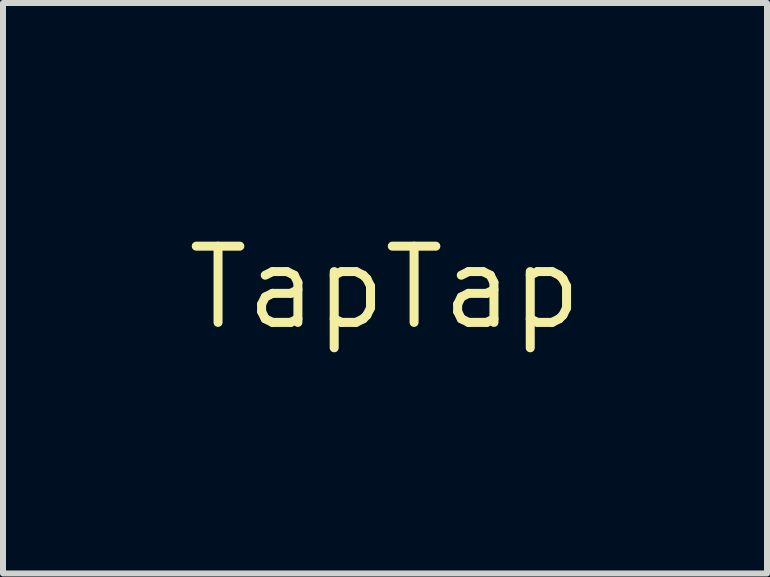
<source format=kicad_pcb>
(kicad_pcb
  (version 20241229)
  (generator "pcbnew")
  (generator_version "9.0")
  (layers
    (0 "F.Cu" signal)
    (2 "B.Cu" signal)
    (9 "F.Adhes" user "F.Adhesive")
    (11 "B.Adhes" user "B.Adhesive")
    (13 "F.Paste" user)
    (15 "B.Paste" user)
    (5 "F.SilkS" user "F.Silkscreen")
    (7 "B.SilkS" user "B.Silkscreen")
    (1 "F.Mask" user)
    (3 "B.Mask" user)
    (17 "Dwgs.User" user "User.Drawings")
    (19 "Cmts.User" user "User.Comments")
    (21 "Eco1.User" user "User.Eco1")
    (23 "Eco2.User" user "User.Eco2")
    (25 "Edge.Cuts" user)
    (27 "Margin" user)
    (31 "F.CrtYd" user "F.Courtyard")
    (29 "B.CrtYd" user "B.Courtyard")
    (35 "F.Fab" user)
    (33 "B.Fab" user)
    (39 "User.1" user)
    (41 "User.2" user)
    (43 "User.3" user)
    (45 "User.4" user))
  (footprint "TapTap"
    (layer "F.Cu")
    (at 3.364 1.741)
    (property "Reference" "TapTap" (at 0 0 0) (layer "F.SilkS") (effects (font (size 1.27 1.27) (thickness 0.15))))
    (attr through_hole)
    (fp_poly (pts (xy -0.587 0.292) (xy -0.543 0.318) (xy -0.471 0.36) (xy -0.382 0.411) (xy -0.284 0.468) (xy -0.27 0.475) (xy -0.021 0.617) (xy -0.023 1.408) (xy -0.319 1.577) (xy -0.421 1.635) (xy -0.51 1.685) (xy -0.58 1.724) (xy -0.625 1.748) (xy -0.636 1.753) (xy -0.642 1.735) (xy -0.646 1.676) (xy -0.65 1.581) (xy -0.653 1.451) (xy -0.655 1.29) (xy -0.656 1.1) (xy -0.656 1.005) (xy -0.656 0.251) (xy -0.587 0.292)) (stroke (width 0.01) (type solid)) (fill yes) (layer "B.Mask"))
    (fp_poly (pts (xy 0.677 1.004) (xy 0.677 1.178) (xy 0.676 1.337) (xy 0.674 1.478) (xy 0.671 1.595) (xy 0.668 1.684) (xy 0.665 1.739) (xy 0.661 1.756) (xy 0.639 1.746) (xy 0.586 1.718) (xy 0.509 1.675) (xy 0.415 1.622) (xy 0.333 1.574) (xy 0.021 1.393) (xy 0.021 1.009) (xy 0.021 0.624) (xy 0.217 0.513) (xy 0.317 0.457) (xy 0.42 0.398) (xy 0.51 0.347) (xy 0.545 0.327) (xy 0.677 0.252) (xy 0.677 1.004)) (stroke (width 0.01) (type solid)) (fill yes) (layer "B.Mask"))
    (fp_poly (pts (xy 2.053 -0.582) (xy 1.377 -0.201) (xy 1.376 0.596) (xy 1.376 1.393) (xy 1.062 1.575) (xy 0.958 1.635) (xy 0.867 1.686) (xy 0.795 1.726) (xy 0.749 1.75) (xy 0.734 1.757) (xy 0.731 1.736) (xy 0.727 1.678) (xy 0.724 1.587) (xy 0.721 1.468) (xy 0.719 1.325) (xy 0.716 1.163) (xy 0.715 0.986) (xy 0.715 0.974) (xy 0.709 0.191) (xy 0.011 0.59) (xy -0.095 0.529) (xy -0.155 0.495) (xy -0.241 0.446) (xy -0.34 0.389) (xy -0.443 0.331) (xy -0.445 0.33) (xy -0.688 0.191) (xy -0.693 0.974) (xy -0.695 1.186) (xy -0.698 1.359) (xy -0.7 1.497) (xy -0.704 1.601) (xy -0.708 1.676) (xy -0.713 1.724) (xy -0.719 1.749) (xy -0.725 1.755) (xy -0.751 1.744) (xy -0.807 1.715) (xy -0.886 1.671) (xy -0.981 1.616) (xy -1.053 1.573) (xy -1.355 1.393) (xy -1.355 0.596) (xy -1.356 -0.201) (xy -1.694 -0.39) (xy -2.032 -0.579) (xy -2.032 -1.337) (xy -1.963 -1.296) (xy -1.916 -1.268) (xy -1.839 -1.223) (xy -1.737 -1.164) (xy -1.615 -1.093) (xy -1.475 -1.013) (xy -1.323 -0.925) (xy -1.162 -0.833) (xy -0.997 -0.738) (xy -0.832 -0.644) (xy -0.671 -0.551) (xy -0.518 -0.464) (xy -0.378 -0.384) (xy -0.254 -0.314) (xy -0.152 -0.256) (xy -0.074 -0.212) (xy -0.026 -0.185) (xy -0.011 -0.177) (xy 0.011 -0.186) (xy 0.066 -0.213) (xy 0.149 -0.257) (xy 0.257 -0.315) (xy 0.385 -0.385) (xy 0.529 -0.464) (xy 0.685 -0.551) (xy 0.85 -0.643) (xy 1.019 -0.738) (xy 1.187 -0.833) (xy 1.352 -0.926) (xy 1.508 -1.016) (xy 1.652 -1.098) (xy 1.78 -1.173) (xy 1.887 -1.236) (xy 1.97 -1.286) (xy 2.006 -1.308) (xy 2.053 -1.338) (xy 2.053 -0.582)) (stroke (width 0.01) (type solid)) (fill yes) (layer "B.Mask"))
    (fp_poly (pts (xy 1.423 -1.726) (xy 1.477 -1.699) (xy 1.551 -1.659) (xy 1.639 -1.611) (xy 1.732 -1.559) (xy 1.824 -1.506) (xy 1.908 -1.457) (xy 1.975 -1.416) (xy 2.018 -1.387) (xy 2.031 -1.376) (xy 2.014 -1.363) (xy 1.963 -1.332) (xy 1.884 -1.285) (xy 1.78 -1.224) (xy 1.656 -1.152) (xy 1.515 -1.07) (xy 1.361 -0.981) (xy 1.199 -0.888) (xy 1.033 -0.792) (xy 0.867 -0.697) (xy 0.705 -0.604) (xy 0.55 -0.516) (xy 0.407 -0.435) (xy 0.281 -0.363) (xy 0.174 -0.303) (xy 0.092 -0.258) (xy 0.037 -0.228) (xy 0.016 -0.218) (xy -0.007 -0.227) (xy -0.063 -0.256) (xy -0.149 -0.302) (xy -0.261 -0.364) (xy -0.396 -0.439) (xy -0.55 -0.527) (xy -0.72 -0.623) (xy -0.903 -0.728) (xy -1.01 -0.789) (xy -1.198 -0.898) (xy -1.374 -1) (xy -1.536 -1.094) (xy -1.679 -1.177) (xy -1.801 -1.249) (xy -1.898 -1.307) (xy -1.967 -1.348) (xy -2.004 -1.371) (xy -2.01 -1.376) (xy -1.993 -1.389) (xy -1.946 -1.419) (xy -1.877 -1.46) (xy -1.792 -1.509) (xy -1.7 -1.562) (xy -1.607 -1.614) (xy -1.521 -1.661) (xy -1.45 -1.699) (xy -1.4 -1.724) (xy -1.381 -1.732) (xy -1.357 -1.723) (xy -1.301 -1.696) (xy -1.216 -1.651) (xy -1.108 -1.593) (xy -0.98 -1.522) (xy -0.837 -1.442) (xy -0.683 -1.354) (xy -0.682 -1.353) (xy -0.528 -1.265) (xy -0.386 -1.184) (xy -0.258 -1.112) (xy -0.151 -1.052) (xy -0.068 -1.006) (xy -0.012 -0.977) (xy 0.011 -0.967) (xy 0.011 -0.967) (xy 0.033 -0.977) (xy 0.088 -1.006) (xy 0.172 -1.052) (xy 0.279 -1.111) (xy 0.406 -1.183) (xy 0.548 -1.264) (xy 0.701 -1.351) (xy 0.854 -1.439) (xy 0.997 -1.52) (xy 1.125 -1.592) (xy 1.233 -1.651) (xy 1.317 -1.697) (xy 1.373 -1.726) (xy 1.397 -1.736) (xy 1.423 -1.726)) (stroke (width 0.01) (type solid)) (fill yes) (layer "B.Mask")))
  (gr_rect
    (start -3 -3)
    (end 9.727 6.503)
    (stroke (width 0.1) (type default))
    (fill no)
    (layer "Edge.Cuts")))
</source>
